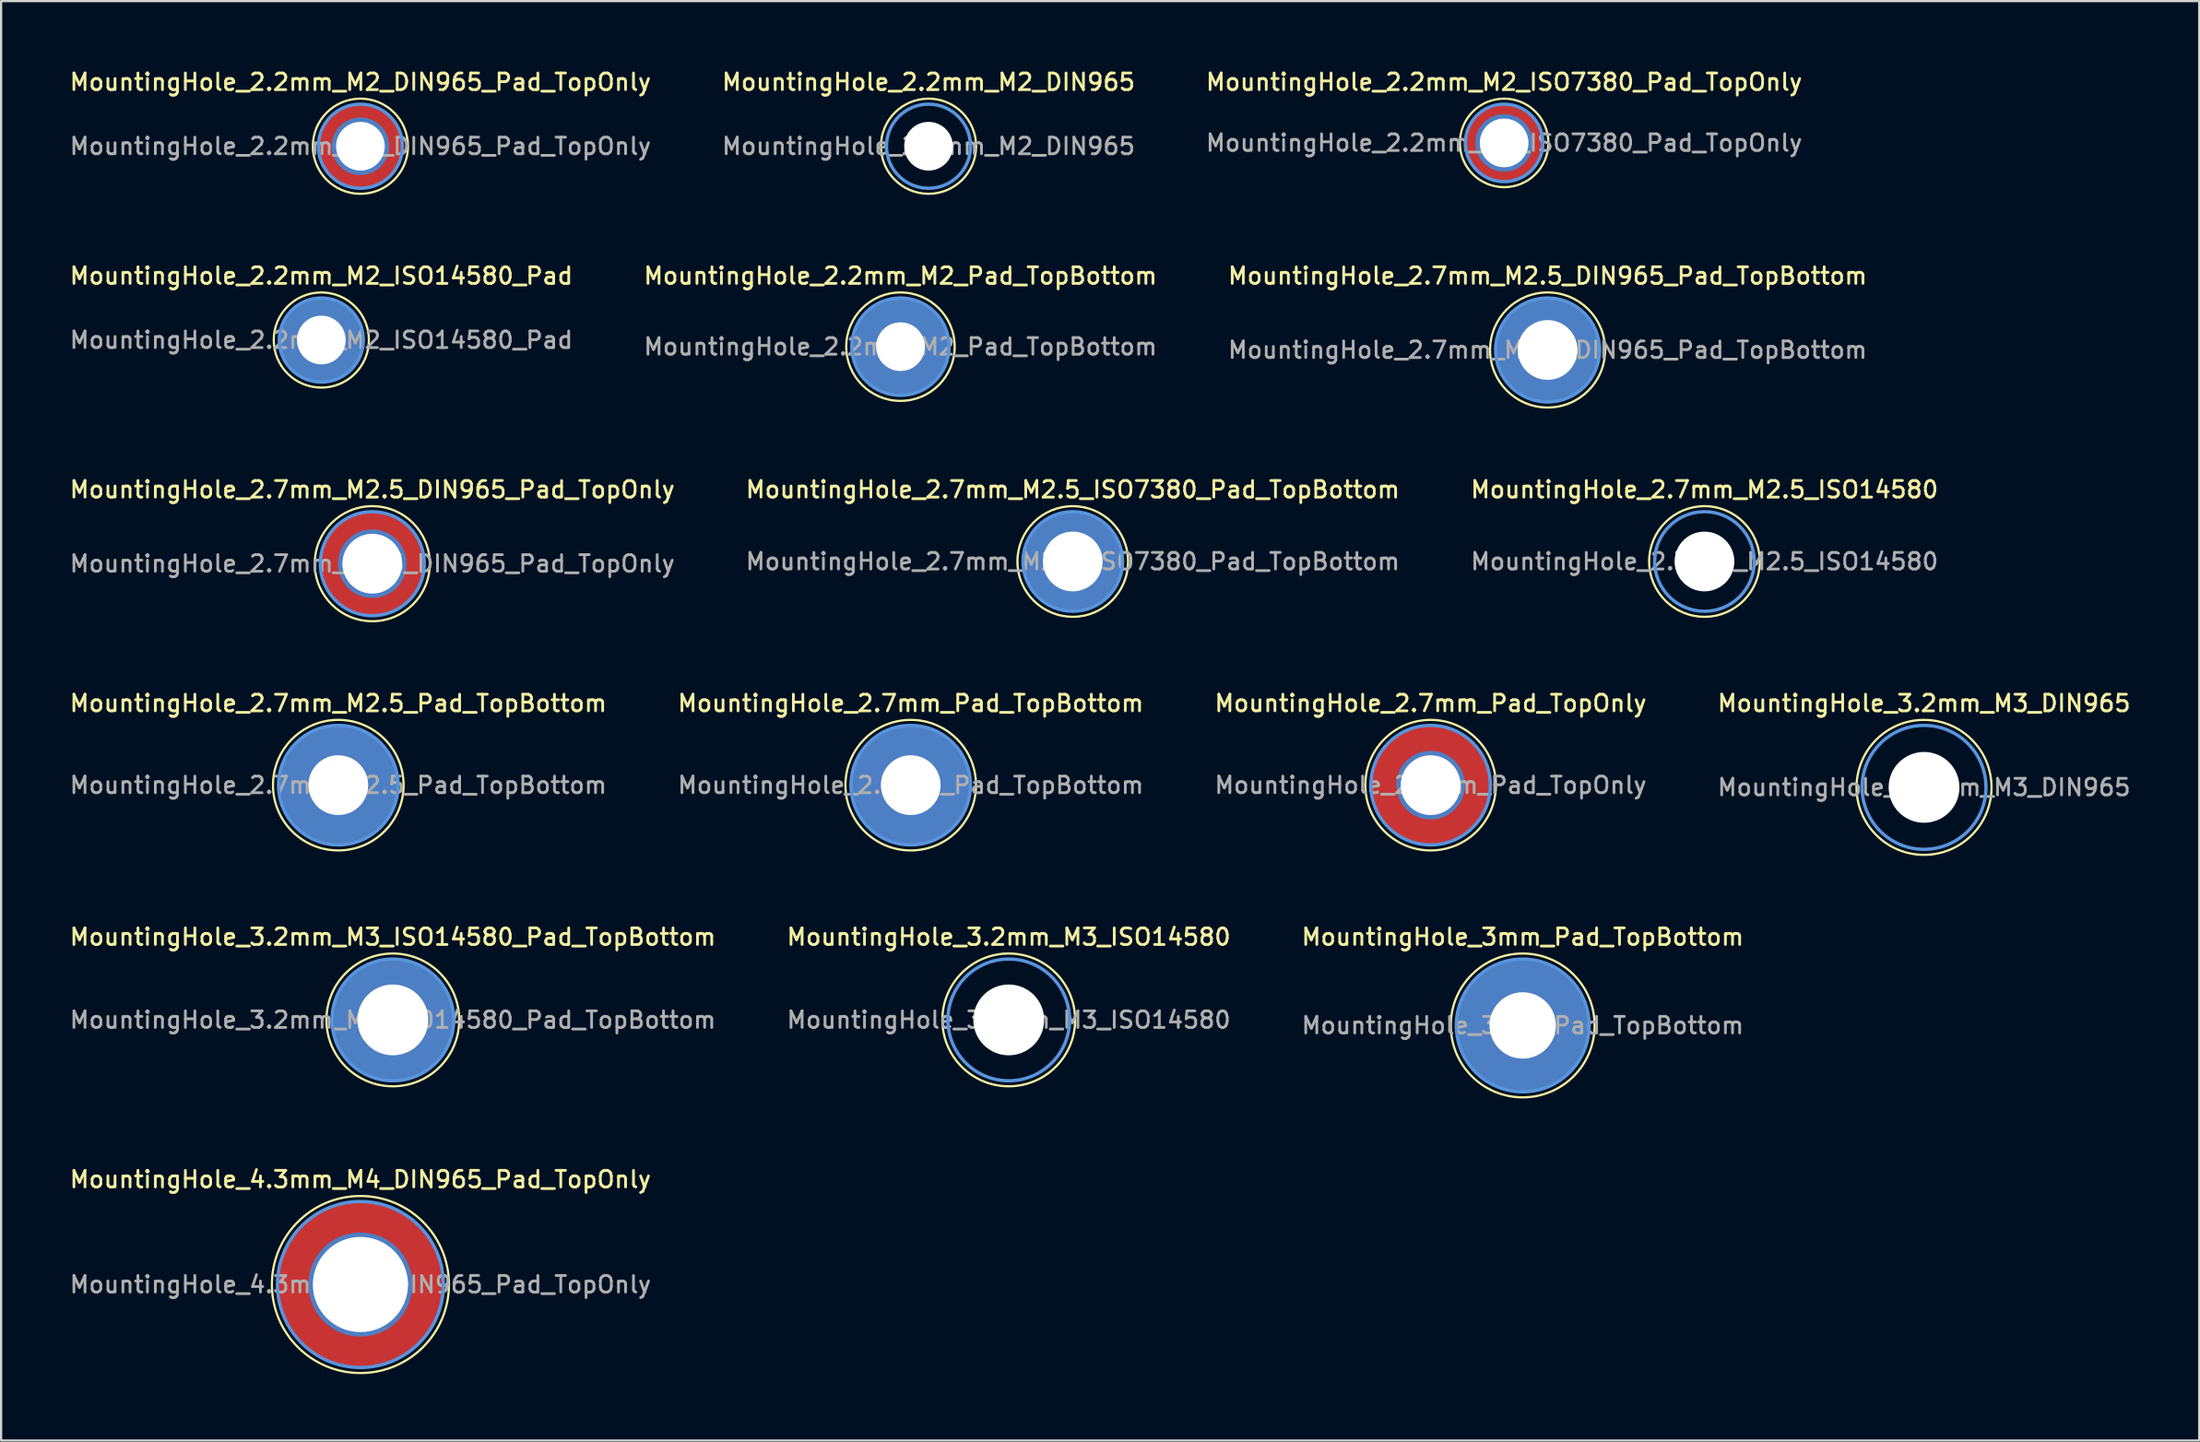
<source format=kicad_pcb>
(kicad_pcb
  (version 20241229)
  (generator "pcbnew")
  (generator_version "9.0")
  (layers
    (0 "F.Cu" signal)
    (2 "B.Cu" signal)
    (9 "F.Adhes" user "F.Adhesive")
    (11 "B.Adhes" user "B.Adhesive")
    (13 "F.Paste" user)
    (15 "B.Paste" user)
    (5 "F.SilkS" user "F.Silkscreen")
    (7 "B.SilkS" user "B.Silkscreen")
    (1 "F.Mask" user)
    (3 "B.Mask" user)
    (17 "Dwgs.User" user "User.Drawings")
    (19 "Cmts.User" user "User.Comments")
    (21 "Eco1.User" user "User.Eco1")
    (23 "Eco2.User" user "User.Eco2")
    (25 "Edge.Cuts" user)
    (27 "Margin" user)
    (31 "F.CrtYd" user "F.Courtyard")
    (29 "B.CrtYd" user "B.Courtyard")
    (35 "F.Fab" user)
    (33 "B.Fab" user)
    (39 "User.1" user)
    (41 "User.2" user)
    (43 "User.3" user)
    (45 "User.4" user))
  (footprint "MountingHole_2.7mm_Pad_TopOnly"
    (layer "F.Cu")
    (at 61.598 32.432)
    (property "Reference" "MountingHole_2.7mm_Pad_TopOnly" (at 0 -3.7 0) (layer "F.SilkS") (effects (font (size 0.75 0.75) (thickness 0.125))))
    (attr exclude_from_pos_files exclude_from_bom)
    (fp_circle (center 0 0) (end 2.95 0) (stroke (width 0.1) (type solid)) (fill no) (layer "F.SilkS"))
    (fp_circle (center 0 0) (end 2.7 0) (stroke (width 0.15) (type solid)) (fill no) (layer "Cmts.User"))
    (fp_text user "${REFERENCE}" (at 0 0 0) (layer "F.Fab") (effects (font (size 0.75 0.75) (thickness 0.125))))
    (pad "1" thru_hole circle (at 0 0) (size 3.1 3.1) (drill 2.7) (layers "*.Cu" "*.Mask"))
    (pad "1" connect circle (at 0 0) (size 5.4 5.4) (layers "F.Cu" "F.Mask")))
  (footprint "MountingHole_4.3mm_M4_DIN965_Pad_TopOnly"
    (layer "F.Cu")
    (at 13.237 54.999)
    (property "Reference" "MountingHole_4.3mm_M4_DIN965_Pad_TopOnly" (at 0 -4.75 0) (layer "F.SilkS") (effects (font (size 0.75 0.75) (thickness 0.125))))
    (attr exclude_from_pos_files exclude_from_bom)
    (fp_circle (center 0 0) (end 4 0) (stroke (width 0.1) (type solid)) (fill no) (layer "F.SilkS"))
    (fp_circle (center 0 0) (end 3.75 0) (stroke (width 0.15) (type solid)) (fill no) (layer "Cmts.User"))
    (fp_text user "${REFERENCE}" (at 0 0 0) (layer "F.Fab") (effects (font (size 0.75 0.75) (thickness 0.125))))
    (pad "1" thru_hole circle (at 0 0) (size 4.7 4.7) (drill 4.3) (layers "*.Cu" "*.Mask"))
    (pad "1" connect circle (at 0 0) (size 7.5 7.5) (layers "F.Cu" "F.Mask")))
  (footprint "MountingHole_3.2mm_M3_ISO14580_Pad_TopBottom"
    (layer "F.Cu")
    (at 14.702 43.041)
    (property "Reference" "MountingHole_3.2mm_M3_ISO14580_Pad_TopBottom" (at 0 -3.75 0) (layer "F.SilkS") (effects (font (size 0.75 0.75) (thickness 0.125))))
    (attr exclude_from_pos_files exclude_from_bom)
    (fp_circle (center 0 0) (end 3 0) (stroke (width 0.1) (type solid)) (fill no) (layer "F.SilkS"))
    (fp_circle (center 0 0) (end 2.75 0) (stroke (width 0.15) (type solid)) (fill no) (layer "Cmts.User"))
    (fp_text user "${REFERENCE}" (at 0 0 0) (layer "F.Fab") (effects (font (size 0.75 0.75) (thickness 0.125))))
    (pad "1" thru_hole circle (at 0 0) (size 3.6 3.6) (drill 3.2) (layers "*.Cu" "*.Mask"))
    (pad "1" connect circle (at 0 0) (size 5.5 5.5) (layers "F.Cu" "F.Mask"))
    (pad "1" connect circle (at 0 0) (size 5.5 5.5) (layers "B.Cu" "B.Mask")))
  (footprint "MountingHole_2.2mm_M2_Pad_TopBottom"
    (layer "F.Cu")
    (at 37.641 12.616)
    (property "Reference" "MountingHole_2.2mm_M2_Pad_TopBottom" (at 0 -3.2 0) (layer "F.SilkS") (effects (font (size 0.75 0.75) (thickness 0.125))))
    (attr exclude_from_pos_files exclude_from_bom)
    (fp_circle (center 0 0) (end 2.45 0) (stroke (width 0.1) (type solid)) (fill no) (layer "F.SilkS"))
    (fp_circle (center 0 0) (end 2.2 0) (stroke (width 0.15) (type solid)) (fill no) (layer "Cmts.User"))
    (fp_text user "${REFERENCE}" (at 0 0 0) (layer "F.Fab") (effects (font (size 0.75 0.75) (thickness 0.125))))
    (pad "1" thru_hole circle (at 0 0) (size 2.6 2.6) (drill 2.2) (layers "*.Cu" "*.Mask"))
    (pad "1" connect circle (at 0 0) (size 4.4 4.4) (layers "F.Cu" "F.Mask"))
    (pad "1" connect circle (at 0 0) (size 4.4 4.4) (layers "B.Cu" "B.Mask")))
  (footprint "MountingHole_2.2mm_M2_ISO14580_Pad"
    (layer "F.Cu")
    (at 11.47 12.316)
    (property "Reference" "MountingHole_2.2mm_M2_ISO14580_Pad" (at 0 -2.9 0) (layer "F.SilkS") (effects (font (size 0.75 0.75) (thickness 0.125))))
    (attr exclude_from_pos_files exclude_from_bom)
    (fp_circle (center 0 0) (end 2.15 0) (stroke (width 0.1) (type solid)) (fill no) (layer "F.SilkS"))
    (fp_circle (center 0 0) (end 1.9 0) (stroke (width 0.15) (type solid)) (fill no) (layer "Cmts.User"))
    (fp_text user "${REFERENCE}" (at 0 0 0) (layer "F.Fab") (effects (font (size 0.75 0.75) (thickness 0.125))))
    (pad "1" thru_hole circle (at 0 0) (size 3.8 3.8) (drill 2.2) (layers "*.Cu" "*.Mask")))
  (footprint "MountingHole_3mm_Pad_TopBottom"
    (layer "F.Cu")
    (at 65.759 43.291)
    (property "Reference" "MountingHole_3mm_Pad_TopBottom" (at 0 -4 0) (layer "F.SilkS") (effects (font (size 0.75 0.75) (thickness 0.125))))
    (attr exclude_from_pos_files exclude_from_bom)
    (fp_circle (center 0 0) (end 3.25 0) (stroke (width 0.1) (type solid)) (fill no) (layer "F.SilkS"))
    (fp_circle (center 0 0) (end 3 0) (stroke (width 0.15) (type solid)) (fill no) (layer "Cmts.User"))
    (fp_text user "${REFERENCE}" (at 0 0 0) (layer "F.Fab") (effects (font (size 0.75 0.75) (thickness 0.125))))
    (pad "1" thru_hole circle (at 0 0) (size 3.4 3.4) (drill 3) (layers "*.Cu" "*.Mask"))
    (pad "1" connect circle (at 0 0) (size 6 6) (layers "F.Cu" "F.Mask"))
    (pad "1" connect circle (at 0 0) (size 6 6) (layers "B.Cu" "B.Mask")))
  (footprint "MountingHole_3.2mm_M3_DIN965"
    (layer "F.Cu")
    (at 83.895 32.532)
    (property "Reference" "MountingHole_3.2mm_M3_DIN965" (at 0 -3.8 0) (layer "F.SilkS") (effects (font (size 0.75 0.75) (thickness 0.125))))
    (attr exclude_from_pos_files exclude_from_bom)
    (fp_circle (center 0 0) (end 3.05 0) (stroke (width 0.1) (type solid)) (fill no) (layer "F.SilkS"))
    (fp_circle (center 0 0) (end 2.8 0) (stroke (width 0.15) (type solid)) (fill no) (layer "Cmts.User"))
    (fp_text user "${REFERENCE}" (at 0 0 0) (layer "F.Fab") (effects (font (size 0.75 0.75) (thickness 0.125))))
    (pad "" np_thru_hole circle (at 0 0) (size 3.2 3.2) (drill 3.2) (layers "*.Cu" "*.Mask")))
  (footprint "MountingHole_3.2mm_M3_ISO14580"
    (layer "F.Cu")
    (at 42.534 43.041)
    (property "Reference" "MountingHole_3.2mm_M3_ISO14580" (at 0 -3.75 0) (layer "F.SilkS") (effects (font (size 0.75 0.75) (thickness 0.125))))
    (attr exclude_from_pos_files exclude_from_bom)
    (fp_circle (center 0 0) (end 3 0) (stroke (width 0.1) (type solid)) (fill no) (layer "F.SilkS"))
    (fp_circle (center 0 0) (end 2.75 0) (stroke (width 0.15) (type solid)) (fill no) (layer "Cmts.User"))
    (fp_text user "${REFERENCE}" (at 0 0 0) (layer "F.Fab") (effects (font (size 0.75 0.75) (thickness 0.125))))
    (pad "" np_thru_hole circle (at 0 0) (size 3.2 3.2) (drill 3.2) (layers "*.Cu" "*.Mask")))
  (footprint "MountingHole_2.2mm_M2_DIN965"
    (layer "F.Cu")
    (at 38.909 3.558)
    (property "Reference" "MountingHole_2.2mm_M2_DIN965" (at 0 -2.9 0) (layer "F.SilkS") (effects (font (size 0.75 0.75) (thickness 0.125))))
    (attr exclude_from_pos_files exclude_from_bom)
    (fp_circle (center 0 0) (end 2.15 0) (stroke (width 0.1) (type solid)) (fill no) (layer "F.SilkS"))
    (fp_circle (center 0 0) (end 1.9 0) (stroke (width 0.15) (type solid)) (fill no) (layer "Cmts.User"))
    (fp_text user "${REFERENCE}" (at 0 0 0) (layer "F.Fab") (effects (font (size 0.75 0.75) (thickness 0.125))))
    (pad "" np_thru_hole circle (at 0 0) (size 2.2 2.2) (drill 2.2) (layers "*.Cu" "*.Mask")))
  (footprint "MountingHole_2.7mm_M2.5_ISO7380_Pad_TopBottom"
    (layer "F.Cu")
    (at 45.427 22.324)
    (property "Reference" "MountingHole_2.7mm_M2.5_ISO7380_Pad_TopBottom" (at 0 -3.25 0) (layer "F.SilkS") (effects (font (size 0.75 0.75) (thickness 0.125))))
    (attr exclude_from_pos_files exclude_from_bom)
    (fp_circle (center 0 0) (end 2.5 0) (stroke (width 0.1) (type solid)) (fill no) (layer "F.SilkS"))
    (fp_circle (center 0 0) (end 2.25 0) (stroke (width 0.15) (type solid)) (fill no) (layer "Cmts.User"))
    (fp_text user "${REFERENCE}" (at 0 0 0) (layer "F.Fab") (effects (font (size 0.75 0.75) (thickness 0.125))))
    (pad "1" thru_hole circle (at 0 0) (size 3.1 3.1) (drill 2.7) (layers "*.Cu" "*.Mask"))
    (pad "1" connect circle (at 0 0) (size 4.5 4.5) (layers "F.Cu" "F.Mask"))
    (pad "1" connect circle (at 0 0) (size 4.5 4.5) (layers "B.Cu" "B.Mask")))
  (footprint "MountingHole_2.7mm_M2.5_Pad_TopBottom"
    (layer "F.Cu")
    (at 12.237 32.432)
    (property "Reference" "MountingHole_2.7mm_M2.5_Pad_TopBottom" (at 0 -3.7 0) (layer "F.SilkS") (effects (font (size 0.75 0.75) (thickness 0.125))))
    (attr exclude_from_pos_files exclude_from_bom)
    (fp_circle (center 0 0) (end 2.95 0) (stroke (width 0.1) (type solid)) (fill no) (layer "F.SilkS"))
    (fp_circle (center 0 0) (end 2.7 0) (stroke (width 0.15) (type solid)) (fill no) (layer "Cmts.User"))
    (fp_text user "${REFERENCE}" (at 0 0 0) (layer "F.Fab") (effects (font (size 0.75 0.75) (thickness 0.125))))
    (pad "1" thru_hole circle (at 0 0) (size 3.1 3.1) (drill 2.7) (layers "*.Cu" "*.Mask"))
    (pad "1" connect circle (at 0 0) (size 5.4 5.4) (layers "F.Cu" "F.Mask"))
    (pad "1" connect circle (at 0 0) (size 5.4 5.4) (layers "B.Cu" "B.Mask")))
  (footprint "MountingHole_2.2mm_M2_DIN965_Pad_TopOnly"
    (layer "F.Cu")
    (at 13.237 3.558)
    (property "Reference" "MountingHole_2.2mm_M2_DIN965_Pad_TopOnly" (at 0 -2.9 0) (layer "F.SilkS") (effects (font (size 0.75 0.75) (thickness 0.125))))
    (attr exclude_from_pos_files exclude_from_bom)
    (fp_circle (center 0 0) (end 2.15 0) (stroke (width 0.1) (type solid)) (fill no) (layer "F.SilkS"))
    (fp_circle (center 0 0) (end 1.9 0) (stroke (width 0.15) (type solid)) (fill no) (layer "Cmts.User"))
    (fp_text user "${REFERENCE}" (at 0 0 0) (layer "F.Fab") (effects (font (size 0.75 0.75) (thickness 0.125))))
    (pad "1" thru_hole circle (at 0 0) (size 2.6 2.6) (drill 2.2) (layers "*.Cu" "*.Mask"))
    (pad "1" connect circle (at 0 0) (size 3.8 3.8) (layers "F.Cu" "F.Mask")))
  (footprint "MountingHole_2.7mm_M2.5_DIN965_Pad_TopOnly"
    (layer "F.Cu")
    (at 13.773 22.424)
    (property "Reference" "MountingHole_2.7mm_M2.5_DIN965_Pad_TopOnly" (at 0 -3.35 0) (layer "F.SilkS") (effects (font (size 0.75 0.75) (thickness 0.125))))
    (attr exclude_from_pos_files exclude_from_bom)
    (fp_circle (center 0 0) (end 2.6 0) (stroke (width 0.1) (type solid)) (fill no) (layer "F.SilkS"))
    (fp_circle (center 0 0) (end 2.35 0) (stroke (width 0.15) (type solid)) (fill no) (layer "Cmts.User"))
    (fp_text user "${REFERENCE}" (at 0 0 0) (layer "F.Fab") (effects (font (size 0.75 0.75) (thickness 0.125))))
    (pad "1" thru_hole circle (at 0 0) (size 3.1 3.1) (drill 2.7) (layers "*.Cu" "*.Mask"))
    (pad "1" connect circle (at 0 0) (size 4.7 4.7) (layers "F.Cu" "F.Mask")))
  (footprint "MountingHole_2.7mm_M2.5_ISO14580"
    (layer "F.Cu")
    (at 73.973 22.324)
    (property "Reference" "MountingHole_2.7mm_M2.5_ISO14580" (at 0 -3.25 0) (layer "F.SilkS") (effects (font (size 0.75 0.75) (thickness 0.125))))
    (attr exclude_from_pos_files exclude_from_bom)
    (fp_circle (center 0 0) (end 2.5 0) (stroke (width 0.1) (type solid)) (fill no) (layer "F.SilkS"))
    (fp_circle (center 0 0) (end 2.25 0) (stroke (width 0.15) (type solid)) (fill no) (layer "Cmts.User"))
    (fp_text user "${REFERENCE}" (at 0 0 0) (layer "F.Fab") (effects (font (size 0.75 0.75) (thickness 0.125))))
    (pad "" np_thru_hole circle (at 0 0) (size 2.7 2.7) (drill 2.7) (layers "*.Cu" "*.Mask")))
  (footprint "MountingHole_2.2mm_M2_ISO7380_Pad_TopOnly"
    (layer "F.Cu")
    (at 64.92 3.408)
    (property "Reference" "MountingHole_2.2mm_M2_ISO7380_Pad_TopOnly" (at 0 -2.75 0) (layer "F.SilkS") (effects (font (size 0.75 0.75) (thickness 0.125))))
    (attr exclude_from_pos_files exclude_from_bom)
    (fp_circle (center 0 0) (end 2 0) (stroke (width 0.1) (type solid)) (fill no) (layer "F.SilkS"))
    (fp_circle (center 0 0) (end 1.75 0) (stroke (width 0.15) (type solid)) (fill no) (layer "Cmts.User"))
    (fp_text user "${REFERENCE}" (at 0 0 0) (layer "F.Fab") (effects (font (size 0.75 0.75) (thickness 0.125))))
    (pad "1" thru_hole circle (at 0 0) (size 2.6 2.6) (drill 2.2) (layers "*.Cu" "*.Mask"))
    (pad "1" connect circle (at 0 0) (size 3.5 3.5) (layers "F.Cu" "F.Mask")))
  (footprint "MountingHole_2.7mm_Pad_TopBottom"
    (layer "F.Cu")
    (at 38.105 32.432)
    (property "Reference" "MountingHole_2.7mm_Pad_TopBottom" (at 0 -3.7 0) (layer "F.SilkS") (effects (font (size 0.75 0.75) (thickness 0.125))))
    (attr exclude_from_pos_files exclude_from_bom)
    (fp_circle (center 0 0) (end 2.95 0) (stroke (width 0.1) (type solid)) (fill no) (layer "F.SilkS"))
    (fp_circle (center 0 0) (end 2.7 0) (stroke (width 0.15) (type solid)) (fill no) (layer "Cmts.User"))
    (fp_text user "${REFERENCE}" (at 0 0 0) (layer "F.Fab") (effects (font (size 0.75 0.75) (thickness 0.125))))
    (pad "1" thru_hole circle (at 0 0) (size 3.1 3.1) (drill 2.7) (layers "*.Cu" "*.Mask"))
    (pad "1" connect circle (at 0 0) (size 5.4 5.4) (layers "F.Cu" "F.Mask"))
    (pad "1" connect circle (at 0 0) (size 5.4 5.4) (layers "B.Cu" "B.Mask")))
  (footprint "MountingHole_2.7mm_M2.5_DIN965_Pad_TopBottom"
    (layer "F.Cu")
    (at 66.884 12.766)
    (property "Reference" "MountingHole_2.7mm_M2.5_DIN965_Pad_TopBottom" (at 0 -3.35 0) (layer "F.SilkS") (effects (font (size 0.75 0.75) (thickness 0.125))))
    (attr exclude_from_pos_files exclude_from_bom)
    (fp_circle (center 0 0) (end 2.6 0) (stroke (width 0.1) (type solid)) (fill no) (layer "F.SilkS"))
    (fp_circle (center 0 0) (end 2.35 0) (stroke (width 0.15) (type solid)) (fill no) (layer "Cmts.User"))
    (fp_text user "${REFERENCE}" (at 0 0 0) (layer "F.Fab") (effects (font (size 0.75 0.75) (thickness 0.125))))
    (pad "1" thru_hole circle (at 0 0) (size 3.1 3.1) (drill 2.7) (layers "*.Cu" "*.Mask"))
    (pad "1" connect circle (at 0 0) (size 4.7 4.7) (layers "F.Cu" "F.Mask"))
    (pad "1" connect circle (at 0 0) (size 4.7 4.7) (layers "B.Cu" "B.Mask")))
  (gr_rect
    (start -3 -3)
    (end 96.329 62.049)
    (stroke (width 0.1) (type default))
    (fill no)
    (layer "Edge.Cuts")))
</source>
